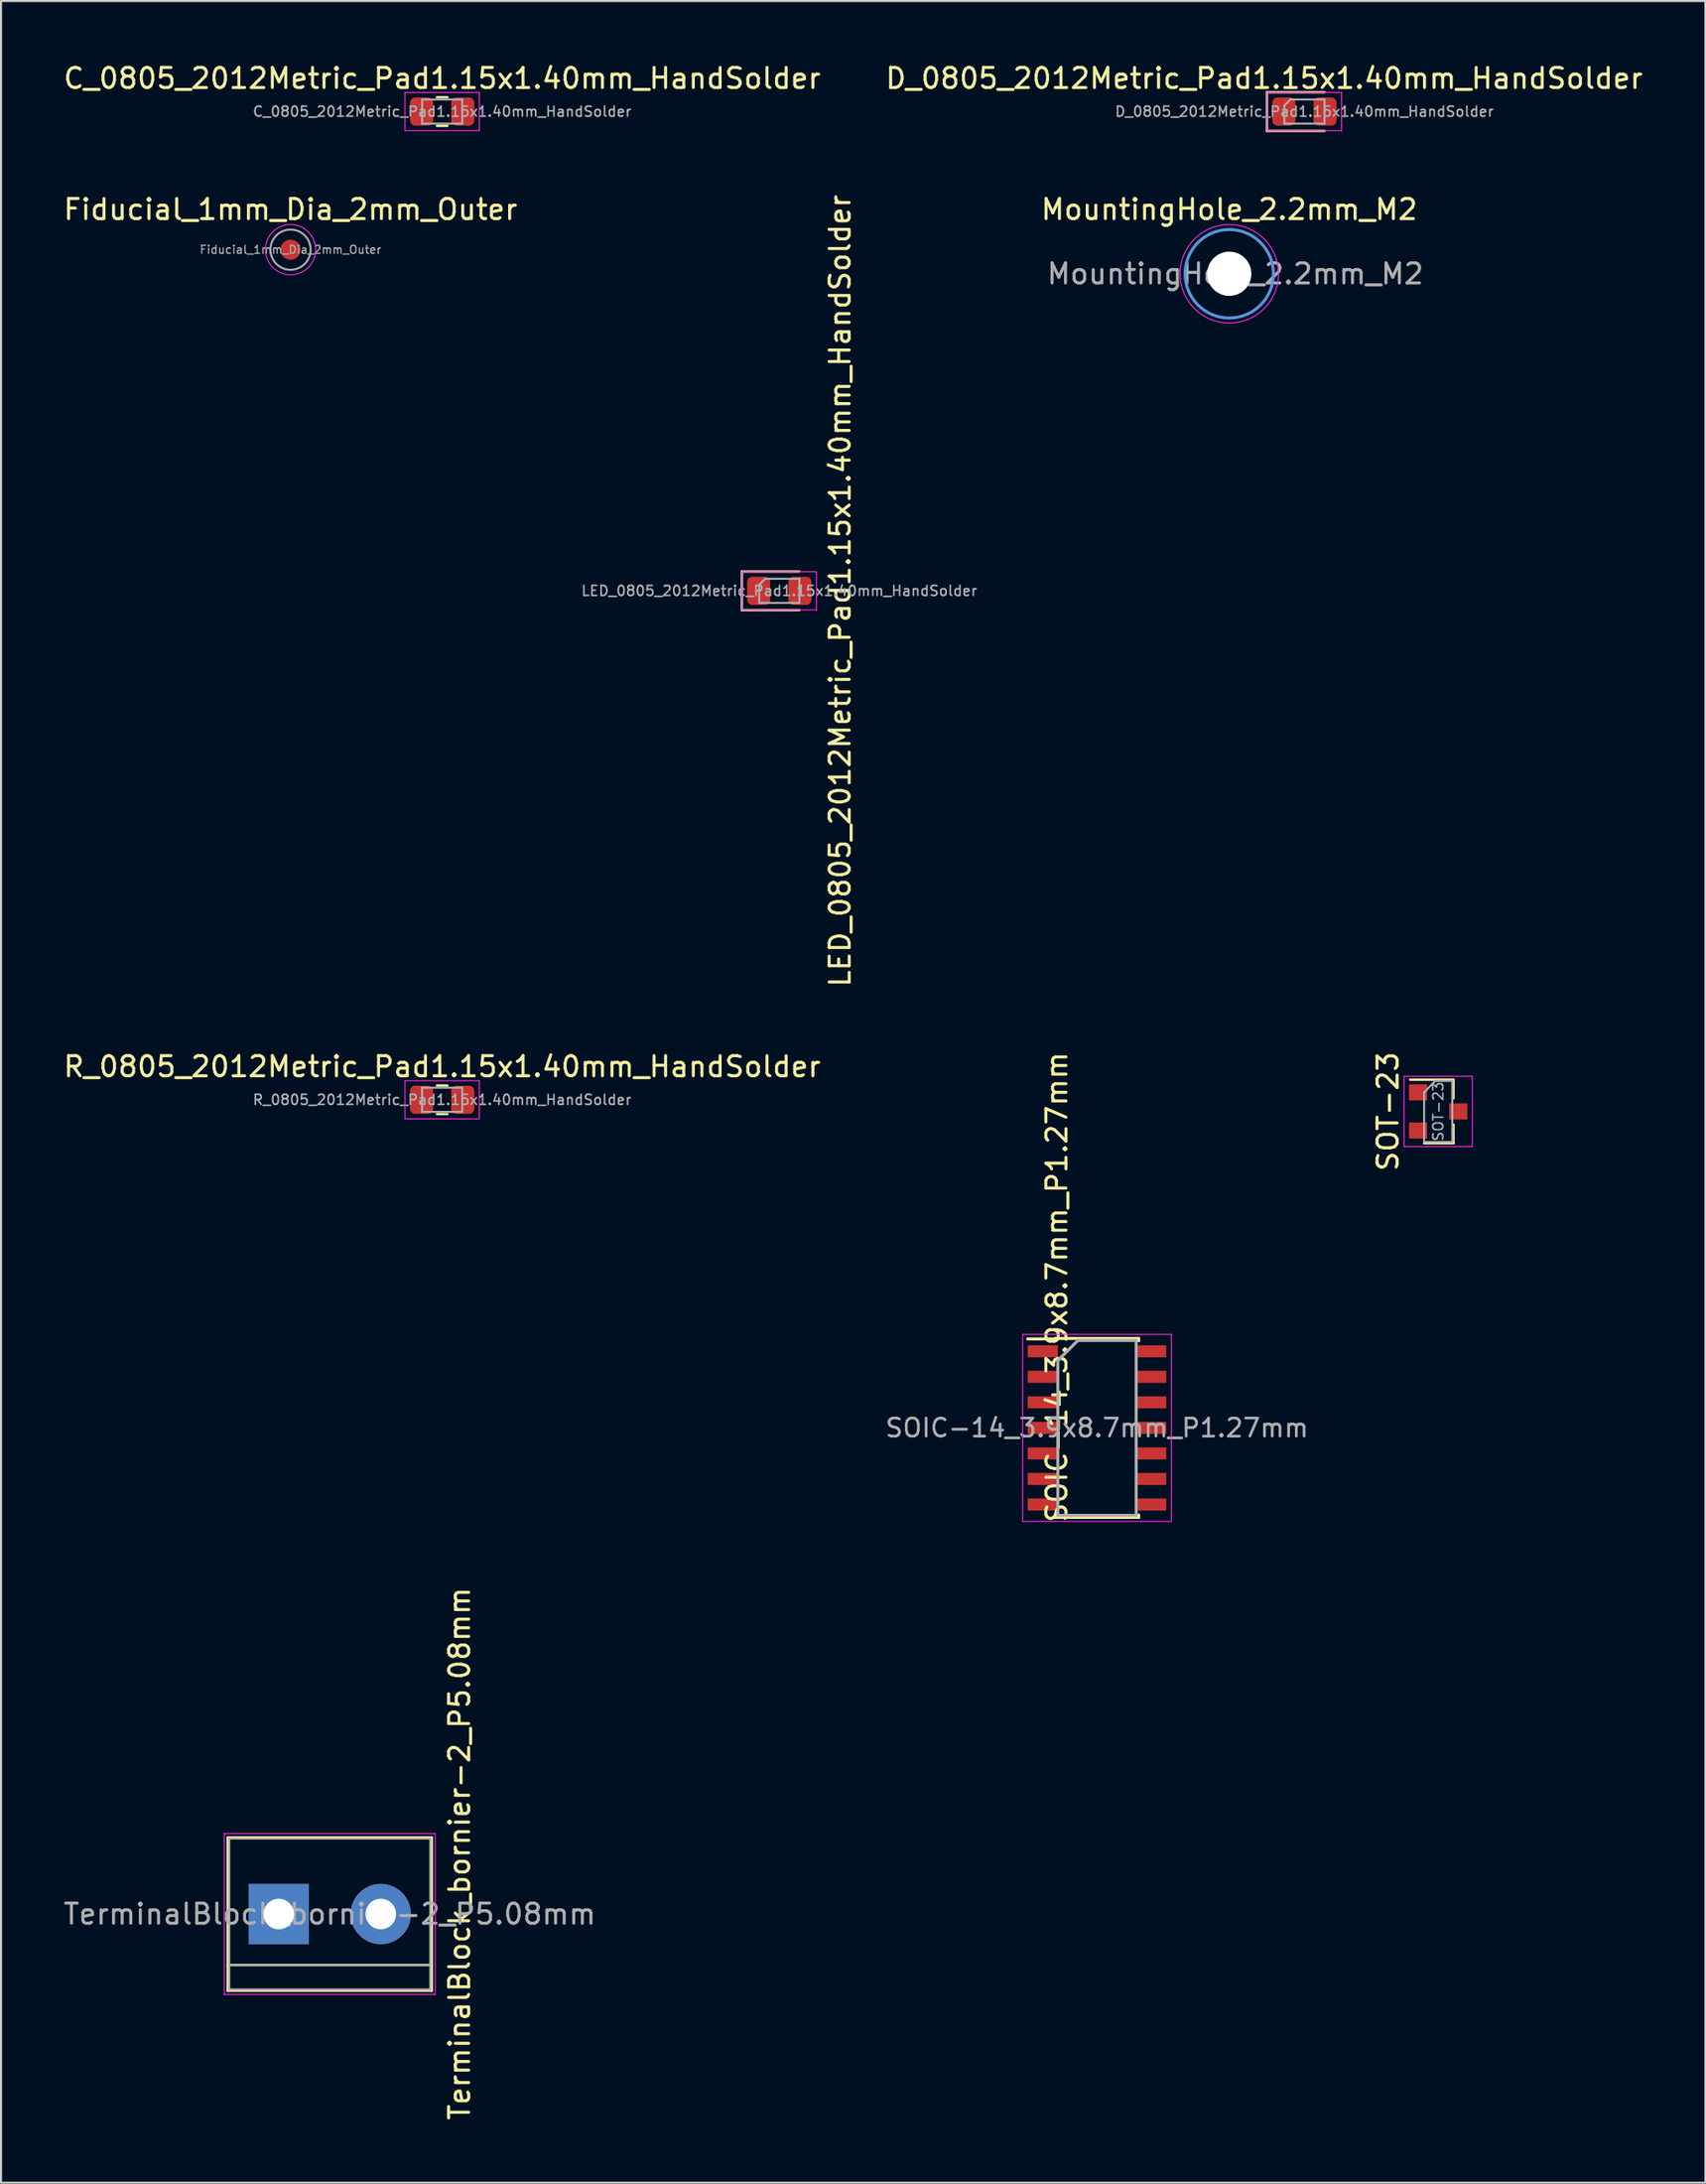
<source format=kicad_pcb>
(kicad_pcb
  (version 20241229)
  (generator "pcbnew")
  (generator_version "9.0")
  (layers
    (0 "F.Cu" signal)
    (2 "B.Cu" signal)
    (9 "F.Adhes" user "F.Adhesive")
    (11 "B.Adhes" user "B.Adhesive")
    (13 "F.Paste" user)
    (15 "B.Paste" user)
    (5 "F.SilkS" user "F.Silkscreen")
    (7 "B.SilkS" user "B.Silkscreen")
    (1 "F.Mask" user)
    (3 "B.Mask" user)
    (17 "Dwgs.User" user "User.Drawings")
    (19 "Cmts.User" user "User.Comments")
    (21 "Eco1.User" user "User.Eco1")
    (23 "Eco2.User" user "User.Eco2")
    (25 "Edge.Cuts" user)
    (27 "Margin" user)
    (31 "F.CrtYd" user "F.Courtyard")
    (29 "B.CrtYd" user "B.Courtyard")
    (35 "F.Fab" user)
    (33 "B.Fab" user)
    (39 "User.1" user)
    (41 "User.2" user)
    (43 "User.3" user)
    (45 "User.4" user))
  (footprint "SOIC-14_3.9x8.7mm_P1.27mm"
    (layer "F.Cu")
    (at 51.551 67.965)
    (property "Reference" "SOIC-14_3.9x8.7mm_P1.27mm" (at -2 -7 90) (layer "F.SilkS") (effects (font (size 1 1) (thickness 0.15))))
    (attr smd)
    (fp_line (start -2.075 -4.45) (end -2.075 -4.425) (stroke (width 0.15) (type solid)) (layer "F.SilkS"))
    (fp_line (start -2.075 -4.45) (end 2.075 -4.45) (stroke (width 0.15) (type solid)) (layer "F.SilkS"))
    (fp_line (start -2.075 -4.425) (end -3.45 -4.425) (stroke (width 0.15) (type solid)) (layer "F.SilkS"))
    (fp_line (start -2.075 4.45) (end -2.075 4.335) (stroke (width 0.15) (type solid)) (layer "F.SilkS"))
    (fp_line (start -2.075 4.45) (end 2.075 4.45) (stroke (width 0.15) (type solid)) (layer "F.SilkS"))
    (fp_line (start 2.075 -4.45) (end 2.075 -4.335) (stroke (width 0.15) (type solid)) (layer "F.SilkS"))
    (fp_line (start 2.075 4.45) (end 2.075 4.335) (stroke (width 0.15) (type solid)) (layer "F.SilkS"))
    (fp_line (start -3.7 -4.65) (end -3.7 4.65) (stroke (width 0.05) (type solid)) (layer "F.CrtYd"))
    (fp_line (start -3.7 -4.65) (end 3.7 -4.65) (stroke (width 0.05) (type solid)) (layer "F.CrtYd"))
    (fp_line (start -3.7 4.65) (end 3.7 4.65) (stroke (width 0.05) (type solid)) (layer "F.CrtYd"))
    (fp_line (start 3.7 -4.65) (end 3.7 4.65) (stroke (width 0.05) (type solid)) (layer "F.CrtYd"))
    (fp_line (start -1.95 -3.35) (end -0.95 -4.35) (stroke (width 0.15) (type solid)) (layer "F.Fab"))
    (fp_line (start -1.95 4.35) (end -1.95 -3.35) (stroke (width 0.15) (type solid)) (layer "F.Fab"))
    (fp_line (start -0.95 -4.35) (end 1.95 -4.35) (stroke (width 0.15) (type solid)) (layer "F.Fab"))
    (fp_line (start 1.95 -4.35) (end 1.95 4.35) (stroke (width 0.15) (type solid)) (layer "F.Fab"))
    (fp_line (start 1.95 4.35) (end -1.95 4.35) (stroke (width 0.15) (type solid)) (layer "F.Fab"))
    (fp_text user "${REFERENCE}" (at 0 0 0) (layer "F.Fab") (effects (font (size 0.9 0.9) (thickness 0.135))))
    (pad "1" smd rect (at -2.7 -3.81) (size 1.5 0.6) (layers "F.Cu" "F.Mask" "F.Paste"))
    (pad "2" smd rect (at -2.7 -2.54) (size 1.5 0.6) (layers "F.Cu" "F.Mask" "F.Paste"))
    (pad "3" smd rect (at -2.7 -1.27) (size 1.5 0.6) (layers "F.Cu" "F.Mask" "F.Paste"))
    (pad "4" smd rect (at -2.7 0) (size 1.5 0.6) (layers "F.Cu" "F.Mask" "F.Paste"))
    (pad "5" smd rect (at -2.7 1.27) (size 1.5 0.6) (layers "F.Cu" "F.Mask" "F.Paste"))
    (pad "6" smd rect (at -2.7 2.54) (size 1.5 0.6) (layers "F.Cu" "F.Mask" "F.Paste"))
    (pad "7" smd rect (at -2.7 3.81) (size 1.5 0.6) (layers "F.Cu" "F.Mask" "F.Paste"))
    (pad "8" smd rect (at 2.7 3.81) (size 1.5 0.6) (layers "F.Cu" "F.Mask" "F.Paste"))
    (pad "9" smd rect (at 2.7 2.54) (size 1.5 0.6) (layers "F.Cu" "F.Mask" "F.Paste"))
    (pad "10" smd rect (at 2.7 1.27) (size 1.5 0.6) (layers "F.Cu" "F.Mask" "F.Paste"))
    (pad "11" smd rect (at 2.7 0) (size 1.5 0.6) (layers "F.Cu" "F.Mask" "F.Paste"))
    (pad "12" smd rect (at 2.7 -1.27) (size 1.5 0.6) (layers "F.Cu" "F.Mask" "F.Paste"))
    (pad "13" smd rect (at 2.7 -2.54) (size 1.5 0.6) (layers "F.Cu" "F.Mask" "F.Paste"))
    (pad "14" smd rect (at 2.7 -3.81) (size 1.5 0.6) (layers "F.Cu" "F.Mask" "F.Paste")))
  (footprint "LED_0805_2012Metric_Pad1.15x1.40mm_HandSolder"
    (layer "F.Cu")
    (at 35.737 26.334)
    (property "Reference" "LED_0805_2012Metric_Pad1.15x1.40mm_HandSolder" (at 3.025 0 270) (layer "F.SilkS") (effects (font (size 1 1) (thickness 0.15))))
    (attr smd)
    (fp_line (start -1.86 -0.96) (end -1.86 0.96) (stroke (width 0.12) (type solid)) (layer "F.SilkS"))
    (fp_line (start -1.86 0.96) (end 1 0.96) (stroke (width 0.12) (type solid)) (layer "F.SilkS"))
    (fp_line (start 1 -0.96) (end -1.86 -0.96) (stroke (width 0.12) (type solid)) (layer "F.SilkS"))
    (fp_line (start -1.85 -0.95) (end 1.85 -0.95) (stroke (width 0.05) (type solid)) (layer "F.CrtYd"))
    (fp_line (start -1.85 0.95) (end -1.85 -0.95) (stroke (width 0.05) (type solid)) (layer "F.CrtYd"))
    (fp_line (start 1.85 -0.95) (end 1.85 0.95) (stroke (width 0.05) (type solid)) (layer "F.CrtYd"))
    (fp_line (start 1.85 0.95) (end -1.85 0.95) (stroke (width 0.05) (type solid)) (layer "F.CrtYd"))
    (fp_line (start -1 -0.3) (end -1 0.6) (stroke (width 0.1) (type solid)) (layer "F.Fab"))
    (fp_line (start -1 0.6) (end 1 0.6) (stroke (width 0.1) (type solid)) (layer "F.Fab"))
    (fp_line (start -0.7 -0.6) (end -1 -0.3) (stroke (width 0.1) (type solid)) (layer "F.Fab"))
    (fp_line (start 1 -0.6) (end -0.7 -0.6) (stroke (width 0.1) (type solid)) (layer "F.Fab"))
    (fp_line (start 1 0.6) (end 1 -0.6) (stroke (width 0.1) (type solid)) (layer "F.Fab"))
    (fp_text user "${REFERENCE}" (at 0 0 0) (layer "F.Fab") (effects (font (size 0.5 0.5) (thickness 0.08))))
    (pad "1" smd roundrect (at -1.025 0) (size 1.15 1.4) (layers "F.Cu" "F.Mask" "F.Paste") (roundrect_rratio 0.217))
    (pad "2" smd roundrect (at 1.025 0) (size 1.15 1.4) (layers "F.Cu" "F.Mask" "F.Paste") (roundrect_rratio 0.217)))
  (footprint "MountingHole_2.2mm_M2"
    (layer "F.Cu")
    (at 58.134 10.566)
    (property "Reference" "MountingHole_2.2mm_M2" (at 0 -3.2 0) (layer "F.SilkS") (effects (font (size 1 1) (thickness 0.15))))
    (attr exclude_from_pos_files exclude_from_bom)
    (fp_circle (center 0 0) (end 2.2 0) (stroke (width 0.15) (type solid)) (fill no) (layer "Cmts.User"))
    (fp_circle (center 0 0) (end 2.45 0) (stroke (width 0.05) (type solid)) (fill no) (layer "F.CrtYd"))
    (fp_text user "${REFERENCE}" (at 0.3 0 0) (layer "F.Fab") (effects (font (size 1 1) (thickness 0.15))))
    (pad "" np_thru_hole circle (at 0 0) (size 2.2 2.2) (drill 2.2) (layers "*.Cu" "*.Mask")))
  (footprint "C_0805_2012Metric_Pad1.15x1.40mm_HandSolder"
    (layer "F.Cu")
    (at 18.958 2.498)
    (property "Reference" "C_0805_2012Metric_Pad1.15x1.40mm_HandSolder" (at 0 -1.65 0) (layer "F.SilkS") (effects (font (size 1 1) (thickness 0.15))))
    (attr smd)
    (fp_line (start -0.261 -0.71) (end 0.261 -0.71) (stroke (width 0.12) (type solid)) (layer "F.SilkS"))
    (fp_line (start -0.261 0.71) (end 0.261 0.71) (stroke (width 0.12) (type solid)) (layer "F.SilkS"))
    (fp_line (start -1.85 -0.95) (end 1.85 -0.95) (stroke (width 0.05) (type solid)) (layer "F.CrtYd"))
    (fp_line (start -1.85 0.95) (end -1.85 -0.95) (stroke (width 0.05) (type solid)) (layer "F.CrtYd"))
    (fp_line (start 1.85 -0.95) (end 1.85 0.95) (stroke (width 0.05) (type solid)) (layer "F.CrtYd"))
    (fp_line (start 1.85 0.95) (end -1.85 0.95) (stroke (width 0.05) (type solid)) (layer "F.CrtYd"))
    (fp_line (start -1 -0.6) (end 1 -0.6) (stroke (width 0.1) (type solid)) (layer "F.Fab"))
    (fp_line (start -1 0.6) (end -1 -0.6) (stroke (width 0.1) (type solid)) (layer "F.Fab"))
    (fp_line (start 1 -0.6) (end 1 0.6) (stroke (width 0.1) (type solid)) (layer "F.Fab"))
    (fp_line (start 1 0.6) (end -1 0.6) (stroke (width 0.1) (type solid)) (layer "F.Fab"))
    (fp_text user "${REFERENCE}" (at 0 0 0) (layer "F.Fab") (effects (font (size 0.5 0.5) (thickness 0.08))))
    (pad "1" smd roundrect (at -1.025 0) (size 1.15 1.4) (layers "F.Cu" "F.Mask" "F.Paste") (roundrect_rratio 0.217))
    (pad "2" smd roundrect (at 1.025 0) (size 1.15 1.4) (layers "F.Cu" "F.Mask" "F.Paste") (roundrect_rratio 0.217)))
  (footprint "Fiducial_1mm_Dia_2mm_Outer"
    (layer "F.Cu")
    (at 11.411 9.367)
    (property "Reference" "Fiducial_1mm_Dia_2mm_Outer" (at 0 -2 0) (layer "F.SilkS") (effects (font (size 1 1) (thickness 0.15))))
    (attr exclude_from_pos_files exclude_from_bom)
    (fp_circle (center 0 0) (end 1.25 0) (stroke (width 0.05) (type solid)) (fill no) (layer "F.CrtYd"))
    (fp_circle (center 0 0) (end 1 0) (stroke (width 0.1) (type solid)) (fill no) (layer "F.Fab"))
    (fp_text user "${REFERENCE}" (at 0 0 0) (layer "F.Fab") (effects (font (size 0.4 0.4) (thickness 0.06))))
    (pad "~" smd circle (at 0 0) (size 1 1) (layers "F.Cu" "F.Mask")))
  (footprint "SOT-23"
    (layer "F.Cu")
    (at 68.533 52.227)
    (property "Reference" "SOT-23" (at -2.5 0 270) (layer "F.SilkS") (effects (font (size 1 1) (thickness 0.15))))
    (attr smd)
    (fp_line (start 0.76 -1.58) (end -1.4 -1.58) (stroke (width 0.12) (type solid)) (layer "F.SilkS"))
    (fp_line (start 0.76 -1.58) (end 0.76 -0.65) (stroke (width 0.12) (type solid)) (layer "F.SilkS"))
    (fp_line (start 0.76 1.58) (end -0.7 1.58) (stroke (width 0.12) (type solid)) (layer "F.SilkS"))
    (fp_line (start 0.76 1.58) (end 0.76 0.65) (stroke (width 0.12) (type solid)) (layer "F.SilkS"))
    (fp_line (start -1.7 -1.75) (end 1.7 -1.75) (stroke (width 0.05) (type solid)) (layer "F.CrtYd"))
    (fp_line (start -1.7 1.75) (end -1.7 -1.75) (stroke (width 0.05) (type solid)) (layer "F.CrtYd"))
    (fp_line (start 1.7 -1.75) (end 1.7 1.75) (stroke (width 0.05) (type solid)) (layer "F.CrtYd"))
    (fp_line (start 1.7 1.75) (end -1.7 1.75) (stroke (width 0.05) (type solid)) (layer "F.CrtYd"))
    (fp_line (start -0.7 -0.95) (end -0.7 1.5) (stroke (width 0.1) (type solid)) (layer "F.Fab"))
    (fp_line (start -0.7 -0.95) (end -0.15 -1.52) (stroke (width 0.1) (type solid)) (layer "F.Fab"))
    (fp_line (start -0.7 1.52) (end 0.7 1.52) (stroke (width 0.1) (type solid)) (layer "F.Fab"))
    (fp_line (start -0.15 -1.52) (end 0.7 -1.52) (stroke (width 0.1) (type solid)) (layer "F.Fab"))
    (fp_line (start 0.7 -1.52) (end 0.7 1.52) (stroke (width 0.1) (type solid)) (layer "F.Fab"))
    (fp_text user "${REFERENCE}" (at 0 0 90) (layer "F.Fab") (effects (font (size 0.5 0.5) (thickness 0.075))))
    (pad "1" smd rect (at -1 -0.95) (size 0.9 0.8) (layers "F.Cu" "F.Mask" "F.Paste"))
    (pad "2" smd rect (at -1 0.95) (size 0.9 0.8) (layers "F.Cu" "F.Mask" "F.Paste"))
    (pad "3" smd rect (at 1 0) (size 0.9 0.8) (layers "F.Cu" "F.Mask" "F.Paste")))
  (footprint "R_0805_2012Metric_Pad1.15x1.40mm_HandSolder"
    (layer "F.Cu")
    (at 18.958 51.647)
    (property "Reference" "R_0805_2012Metric_Pad1.15x1.40mm_HandSolder" (at 0 -1.65 0) (layer "F.SilkS") (effects (font (size 1 1) (thickness 0.15))))
    (attr smd)
    (fp_line (start -0.261 -0.71) (end 0.261 -0.71) (stroke (width 0.12) (type solid)) (layer "F.SilkS"))
    (fp_line (start -0.261 0.71) (end 0.261 0.71) (stroke (width 0.12) (type solid)) (layer "F.SilkS"))
    (fp_line (start -1.85 -0.95) (end 1.85 -0.95) (stroke (width 0.05) (type solid)) (layer "F.CrtYd"))
    (fp_line (start -1.85 0.95) (end -1.85 -0.95) (stroke (width 0.05) (type solid)) (layer "F.CrtYd"))
    (fp_line (start 1.85 -0.95) (end 1.85 0.95) (stroke (width 0.05) (type solid)) (layer "F.CrtYd"))
    (fp_line (start 1.85 0.95) (end -1.85 0.95) (stroke (width 0.05) (type solid)) (layer "F.CrtYd"))
    (fp_line (start -1 -0.6) (end 1 -0.6) (stroke (width 0.1) (type solid)) (layer "F.Fab"))
    (fp_line (start -1 0.6) (end -1 -0.6) (stroke (width 0.1) (type solid)) (layer "F.Fab"))
    (fp_line (start 1 -0.6) (end 1 0.6) (stroke (width 0.1) (type solid)) (layer "F.Fab"))
    (fp_line (start 1 0.6) (end -1 0.6) (stroke (width 0.1) (type solid)) (layer "F.Fab"))
    (fp_text user "${REFERENCE}" (at 0 0 0) (layer "F.Fab") (effects (font (size 0.5 0.5) (thickness 0.08))))
    (pad "1" smd roundrect (at -1.025 0) (size 1.15 1.4) (layers "F.Cu" "F.Mask" "F.Paste") (roundrect_rratio 0.217))
    (pad "2" smd roundrect (at 1.025 0) (size 1.15 1.4) (layers "F.Cu" "F.Mask" "F.Paste") (roundrect_rratio 0.217)))
  (footprint "TerminalBlock_bornier-2_P5.08mm"
    (layer "F.Cu")
    (at 10.823 92.143)
    (property "Reference" "TerminalBlock_bornier-2_P5.08mm" (at 9 -3 90) (layer "F.SilkS") (effects (font (size 1 1) (thickness 0.15))))
    (attr through_hole)
    (fp_line (start -2.54 -3.81) (end -2.54 3.81) (stroke (width 0.12) (type solid)) (layer "F.SilkS"))
    (fp_line (start -2.54 3.81) (end 7.62 3.81) (stroke (width 0.12) (type solid)) (layer "F.SilkS"))
    (fp_line (start 7.62 -3.81) (end -2.54 -3.81) (stroke (width 0.12) (type solid)) (layer "F.SilkS"))
    (fp_line (start 7.62 2.54) (end -2.54 2.54) (stroke (width 0.12) (type solid)) (layer "F.SilkS"))
    (fp_line (start 7.62 3.81) (end 7.62 -3.81) (stroke (width 0.12) (type solid)) (layer "F.SilkS"))
    (fp_line (start -2.71 -4) (end -2.71 4) (stroke (width 0.05) (type solid)) (layer "F.CrtYd"))
    (fp_line (start -2.71 -4) (end 7.79 -4) (stroke (width 0.05) (type solid)) (layer "F.CrtYd"))
    (fp_line (start 7.79 4) (end -2.71 4) (stroke (width 0.05) (type solid)) (layer "F.CrtYd"))
    (fp_line (start 7.79 4) (end 7.79 -4) (stroke (width 0.05) (type solid)) (layer "F.CrtYd"))
    (fp_line (start -2.46 -3.75) (end -2.46 3.75) (stroke (width 0.1) (type solid)) (layer "F.Fab"))
    (fp_line (start -2.46 3.75) (end 7.54 3.75) (stroke (width 0.1) (type solid)) (layer "F.Fab"))
    (fp_line (start -2.41 2.55) (end 7.49 2.55) (stroke (width 0.1) (type solid)) (layer "F.Fab"))
    (fp_line (start 7.54 -3.75) (end -2.46 -3.75) (stroke (width 0.1) (type solid)) (layer "F.Fab"))
    (fp_line (start 7.54 3.75) (end 7.54 -3.75) (stroke (width 0.1) (type solid)) (layer "F.Fab"))
    (fp_text user "${REFERENCE}" (at 2.54 0 0) (layer "F.Fab") (effects (font (size 1 1) (thickness 0.15))))
    (pad "1" thru_hole rect (at 0 0) (size 3 3) (drill 1.52) (layers "*.Cu" "*.Mask"))
    (pad "2" thru_hole circle (at 5.08 0) (size 3 3) (drill 1.52) (layers "*.Cu" "*.Mask")))
  (footprint "D_0805_2012Metric_Pad1.15x1.40mm_HandSolder"
    (layer "F.Cu")
    (at 61.875 2.498)
    (property "Reference" "D_0805_2012Metric_Pad1.15x1.40mm_HandSolder" (at -2 -1.65 0) (layer "F.SilkS") (effects (font (size 1 1) (thickness 0.15))))
    (attr smd)
    (fp_line (start -1.86 -0.96) (end -1.86 0.96) (stroke (width 0.12) (type solid)) (layer "F.SilkS"))
    (fp_line (start -1.86 0.96) (end 1 0.96) (stroke (width 0.12) (type solid)) (layer "F.SilkS"))
    (fp_line (start 1 -0.96) (end -1.86 -0.96) (stroke (width 0.12) (type solid)) (layer "F.SilkS"))
    (fp_line (start -1.85 -0.95) (end 1.85 -0.95) (stroke (width 0.05) (type solid)) (layer "F.CrtYd"))
    (fp_line (start -1.85 0.95) (end -1.85 -0.95) (stroke (width 0.05) (type solid)) (layer "F.CrtYd"))
    (fp_line (start 1.85 -0.95) (end 1.85 0.95) (stroke (width 0.05) (type solid)) (layer "F.CrtYd"))
    (fp_line (start 1.85 0.95) (end -1.85 0.95) (stroke (width 0.05) (type solid)) (layer "F.CrtYd"))
    (fp_line (start -1 -0.3) (end -1 0.6) (stroke (width 0.1) (type solid)) (layer "F.Fab"))
    (fp_line (start -1 0.6) (end 1 0.6) (stroke (width 0.1) (type solid)) (layer "F.Fab"))
    (fp_line (start -0.7 -0.6) (end -1 -0.3) (stroke (width 0.1) (type solid)) (layer "F.Fab"))
    (fp_line (start 1 -0.6) (end -0.7 -0.6) (stroke (width 0.1) (type solid)) (layer "F.Fab"))
    (fp_line (start 1 0.6) (end 1 -0.6) (stroke (width 0.1) (type solid)) (layer "F.Fab"))
    (fp_text user "${REFERENCE}" (at 0 0 0) (layer "F.Fab") (effects (font (size 0.5 0.5) (thickness 0.08))))
    (pad "1" smd roundrect (at -1.025 0) (size 1.15 1.4) (layers "F.Cu" "F.Mask" "F.Paste") (roundrect_rratio 0.217))
    (pad "2" smd roundrect (at 1.025 0) (size 1.15 1.4) (layers "F.Cu" "F.Mask" "F.Paste") (roundrect_rratio 0.217)))
  (gr_rect
    (start -3 -3)
    (end 81.833 105.506)
    (stroke (width 0.1) (type default))
    (fill no)
    (layer "Edge.Cuts")))
</source>
